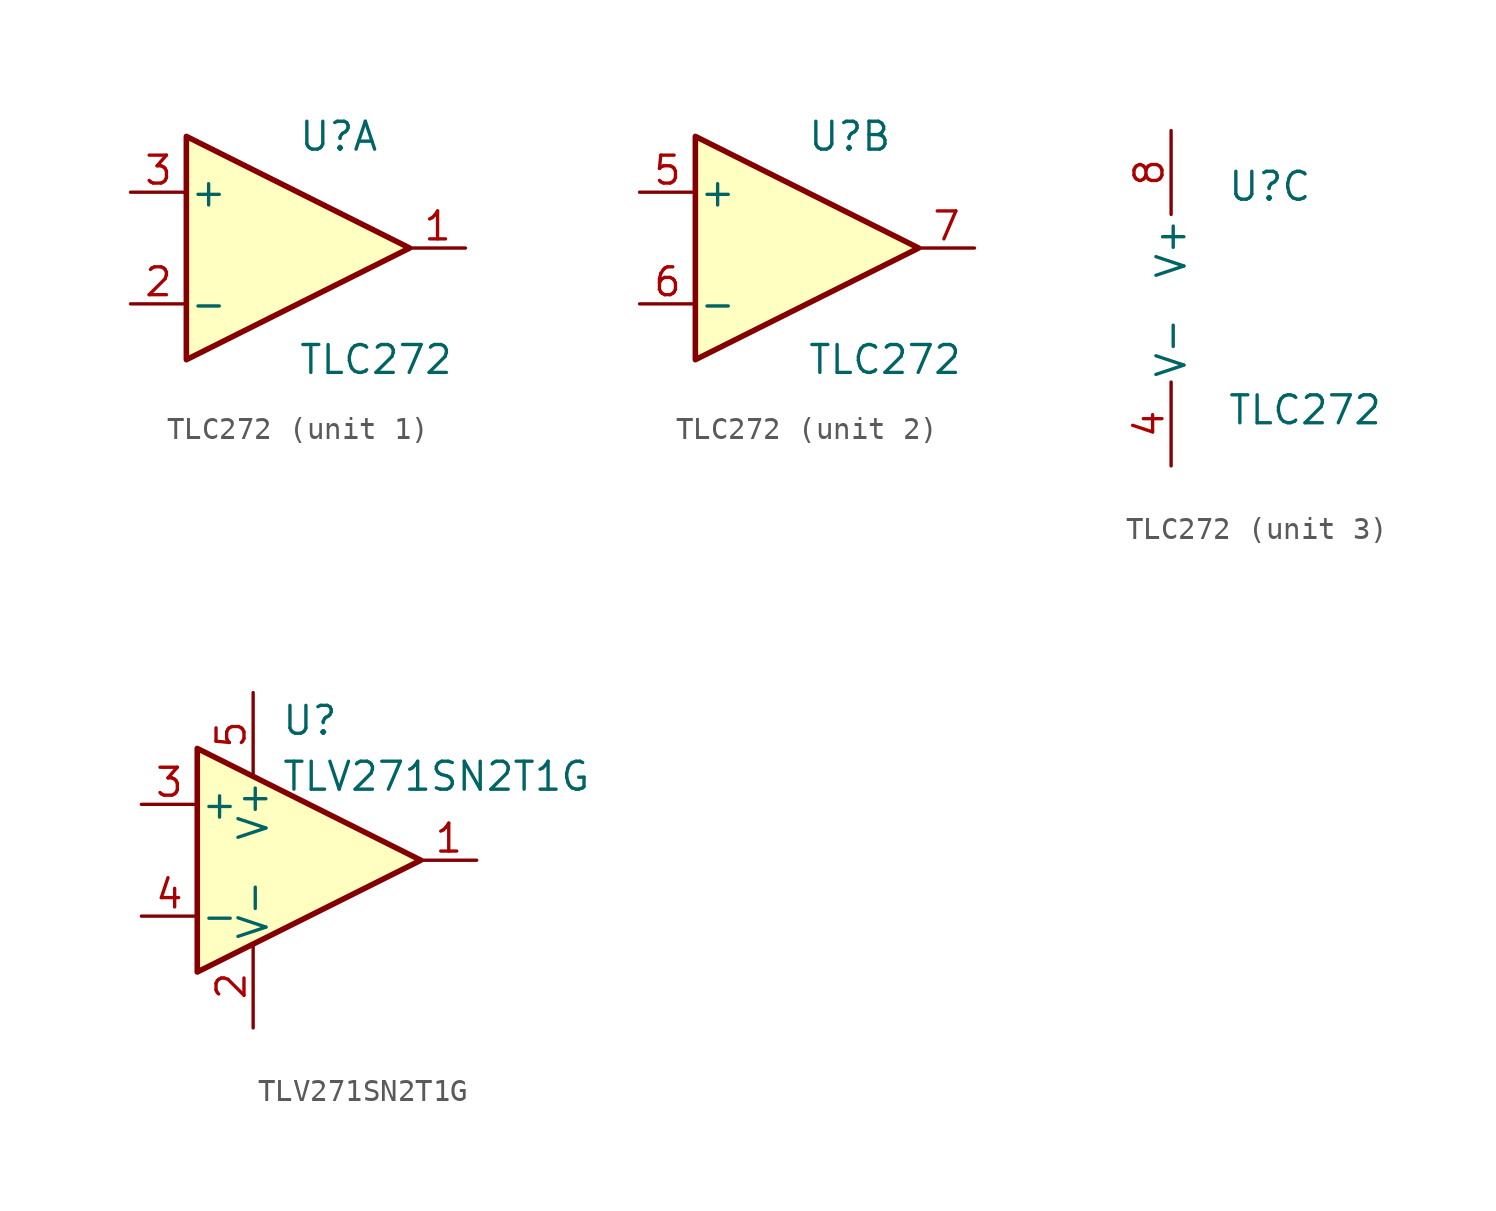
<source format=kicad_sym>
(kicad_symbol_lib
  (version 20211014)
  (generator kicad_symbol_editor)
  (symbol "TLC272"
    (pin_names
      (offset 0.127))
    (property "Reference" "U"
      (at 0 5.08 0)
      (effects (font (size 1.27 1.27)) (justify left)))
    (property "Value" "TLC272"
      (at 0 -5.08 0)
      (effects (font (size 1.27 1.27)) (justify left)))
    (property "ki_locked" ""
      (at 0 0 0)
      (effects (font (size 1.27 1.27))))
    (symbol "TLC272_1_1"
      (polyline (pts (xy -5.08 5.08) (xy 5.08 0) (xy -5.08 -5.08) (xy -5.08 5.08)) (stroke (width 0.254) (type default) (color 0 0 0 0)) (fill (type background)))
      (pin output line (at 7.62 0 180) (length 2.54) (name "~" (effects (font (size 1.27 1.27)))) (number "1" (effects (font (size 1.27 1.27)))))
      (pin input line (at -7.62 -2.54 0) (length 2.54) (name "-" (effects (font (size 1.27 1.27)))) (number "2" (effects (font (size 1.27 1.27)))))
      (pin input line (at -7.62 2.54 0) (length 2.54) (name "+" (effects (font (size 1.27 1.27)))) (number "3" (effects (font (size 1.27 1.27))))))
    (symbol "TLC272_2_1"
      (polyline (pts (xy -5.08 5.08) (xy 5.08 0) (xy -5.08 -5.08) (xy -5.08 5.08)) (stroke (width 0.254) (type default) (color 0 0 0 0)) (fill (type background)))
      (pin input line (at -7.62 2.54 0) (length 2.54) (name "+" (effects (font (size 1.27 1.27)))) (number "5" (effects (font (size 1.27 1.27)))))
      (pin input line (at -7.62 -2.54 0) (length 2.54) (name "-" (effects (font (size 1.27 1.27)))) (number "6" (effects (font (size 1.27 1.27)))))
      (pin output line (at 7.62 0 180) (length 2.54) (name "~" (effects (font (size 1.27 1.27)))) (number "7" (effects (font (size 1.27 1.27))))))
    (symbol "TLC272_3_1"
      (pin power_in line (at -2.54 -7.62 90) (length 3.81) (name "V-" (effects (font (size 1.27 1.27)))) (number "4" (effects (font (size 1.27 1.27)))))
      (pin power_in line (at -2.54 7.62 270) (length 3.81) (name "V+" (effects (font (size 1.27 1.27)))) (number "8" (effects (font (size 1.27 1.27)))))))
  (symbol "TLV271SN2T1G"
    (pin_names
      (offset 0.127))
    (property "Reference" "U"
      (at -1.27 6.35 0)
      (effects (font (size 1.27 1.27)) (justify left)))
    (property "Value" "TLV271SN2T1G"
      (at -1.27 3.81 0)
      (effects (font (size 1.27 1.27)) (justify left)))
    (symbol "TLV271SN2T1G_0_1"
      (polyline (pts (xy -5.08 5.08) (xy 5.08 0) (xy -5.08 -5.08) (xy -5.08 5.08)) (stroke (width 0.254) (type default) (color 0 0 0 0)) (fill (type background)))
      (pin power_in line (at -2.54 -7.62 90) (length 3.81) (name "V-" (effects (font (size 1.27 1.27)))) (number "2" (effects (font (size 1.27 1.27)))))
      (pin power_in line (at -2.54 7.62 270) (length 3.81) (name "V+" (effects (font (size 1.27 1.27)))) (number "5" (effects (font (size 1.27 1.27))))))
    (symbol "TLV271SN2T1G_1_1"
      (pin output line (at 7.62 0 180) (length 2.54) (name "~" (effects (font (size 1.27 1.27)))) (number "1" (effects (font (size 1.27 1.27)))))
      (pin input line (at -7.62 2.54 0) (length 2.54) (name "+" (effects (font (size 1.27 1.27)))) (number "3" (effects (font (size 1.27 1.27)))))
      (pin input line (at -7.62 -2.54 0) (length 2.54) (name "-" (effects (font (size 1.27 1.27)))) (number "4" (effects (font (size 1.27 1.27))))))))
</source>
